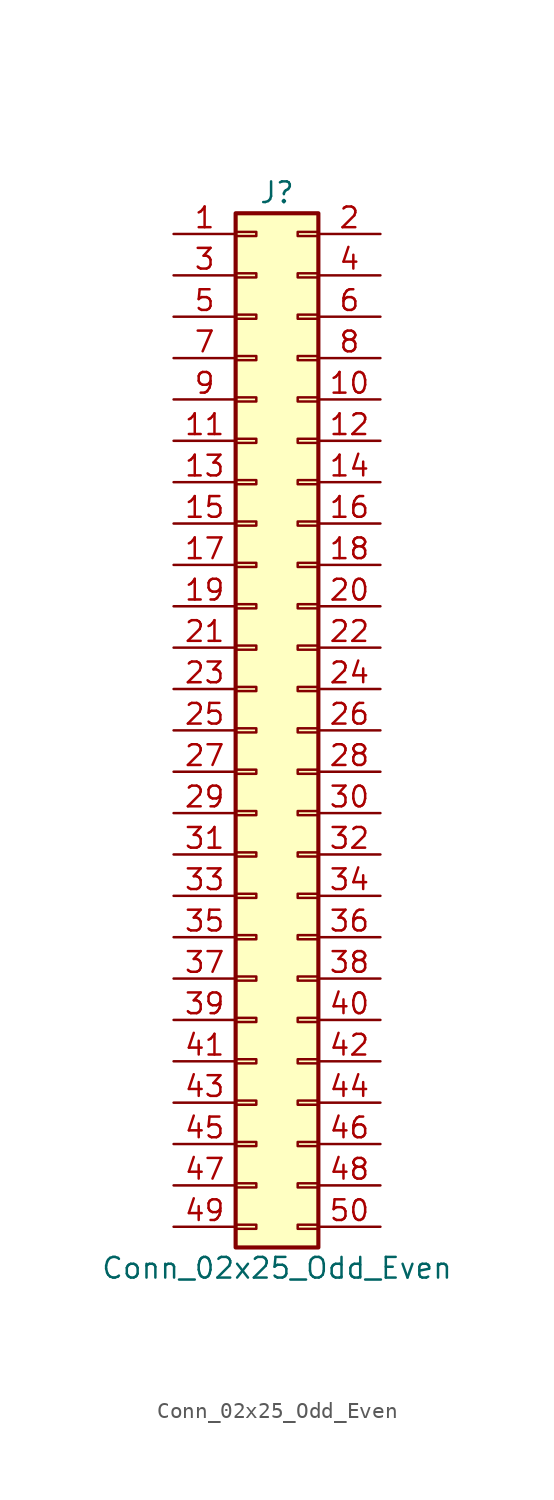
<source format=kicad_sym>
(kicad_symbol_lib
  (version 20211014)
  (generator kicad_symbol_editor)
  (symbol "Conn_02x25_Odd_Even"
    (pin_names
      (offset 1.016) hide)
    (property "Reference" "J"
      (at 1.27 33.02 0)
      (effects (font (size 1.27 1.27))))
    (property "Value" "Conn_02x25_Odd_Even"
      (at 1.27 -33.02 0)
      (effects (font (size 1.27 1.27))))
    (symbol "Conn_02x25_Odd_Even_1_1"
      (rectangle (start -1.27 -30.353) (end 0 -30.607) (stroke (width 0.152) (type default) (color 0 0 0 0)) (fill (type none)))
      (rectangle (start -1.27 -27.813) (end 0 -28.067) (stroke (width 0.152) (type default) (color 0 0 0 0)) (fill (type none)))
      (rectangle (start -1.27 -25.273) (end 0 -25.527) (stroke (width 0.152) (type default) (color 0 0 0 0)) (fill (type none)))
      (rectangle (start -1.27 -22.733) (end 0 -22.987) (stroke (width 0.152) (type default) (color 0 0 0 0)) (fill (type none)))
      (rectangle (start -1.27 -20.193) (end 0 -20.447) (stroke (width 0.152) (type default) (color 0 0 0 0)) (fill (type none)))
      (rectangle (start -1.27 -17.653) (end 0 -17.907) (stroke (width 0.152) (type default) (color 0 0 0 0)) (fill (type none)))
      (rectangle (start -1.27 -15.113) (end 0 -15.367) (stroke (width 0.152) (type default) (color 0 0 0 0)) (fill (type none)))
      (rectangle (start -1.27 -12.573) (end 0 -12.827) (stroke (width 0.152) (type default) (color 0 0 0 0)) (fill (type none)))
      (rectangle (start -1.27 -10.033) (end 0 -10.287) (stroke (width 0.152) (type default) (color 0 0 0 0)) (fill (type none)))
      (rectangle (start -1.27 -7.493) (end 0 -7.747) (stroke (width 0.152) (type default) (color 0 0 0 0)) (fill (type none)))
      (rectangle (start -1.27 -4.953) (end 0 -5.207) (stroke (width 0.152) (type default) (color 0 0 0 0)) (fill (type none)))
      (rectangle (start -1.27 -2.413) (end 0 -2.667) (stroke (width 0.152) (type default) (color 0 0 0 0)) (fill (type none)))
      (rectangle (start -1.27 0.127) (end 0 -0.127) (stroke (width 0.152) (type default) (color 0 0 0 0)) (fill (type none)))
      (rectangle (start -1.27 2.667) (end 0 2.413) (stroke (width 0.152) (type default) (color 0 0 0 0)) (fill (type none)))
      (rectangle (start -1.27 5.207) (end 0 4.953) (stroke (width 0.152) (type default) (color 0 0 0 0)) (fill (type none)))
      (rectangle (start -1.27 7.747) (end 0 7.493) (stroke (width 0.152) (type default) (color 0 0 0 0)) (fill (type none)))
      (rectangle (start -1.27 10.287) (end 0 10.033) (stroke (width 0.152) (type default) (color 0 0 0 0)) (fill (type none)))
      (rectangle (start -1.27 12.827) (end 0 12.573) (stroke (width 0.152) (type default) (color 0 0 0 0)) (fill (type none)))
      (rectangle (start -1.27 15.367) (end 0 15.113) (stroke (width 0.152) (type default) (color 0 0 0 0)) (fill (type none)))
      (rectangle (start -1.27 17.907) (end 0 17.653) (stroke (width 0.152) (type default) (color 0 0 0 0)) (fill (type none)))
      (rectangle (start -1.27 20.447) (end 0 20.193) (stroke (width 0.152) (type default) (color 0 0 0 0)) (fill (type none)))
      (rectangle (start -1.27 22.987) (end 0 22.733) (stroke (width 0.152) (type default) (color 0 0 0 0)) (fill (type none)))
      (rectangle (start -1.27 25.527) (end 0 25.273) (stroke (width 0.152) (type default) (color 0 0 0 0)) (fill (type none)))
      (rectangle (start -1.27 28.067) (end 0 27.813) (stroke (width 0.152) (type default) (color 0 0 0 0)) (fill (type none)))
      (rectangle (start -1.27 30.607) (end 0 30.353) (stroke (width 0.152) (type default) (color 0 0 0 0)) (fill (type none)))
      (rectangle (start -1.27 31.75) (end 3.81 -31.75) (stroke (width 0.254) (type default) (color 0 0 0 0)) (fill (type background)))
      (rectangle (start 3.81 -30.353) (end 2.54 -30.607) (stroke (width 0.152) (type default) (color 0 0 0 0)) (fill (type none)))
      (rectangle (start 3.81 -27.813) (end 2.54 -28.067) (stroke (width 0.152) (type default) (color 0 0 0 0)) (fill (type none)))
      (rectangle (start 3.81 -25.273) (end 2.54 -25.527) (stroke (width 0.152) (type default) (color 0 0 0 0)) (fill (type none)))
      (rectangle (start 3.81 -22.733) (end 2.54 -22.987) (stroke (width 0.152) (type default) (color 0 0 0 0)) (fill (type none)))
      (rectangle (start 3.81 -20.193) (end 2.54 -20.447) (stroke (width 0.152) (type default) (color 0 0 0 0)) (fill (type none)))
      (rectangle (start 3.81 -17.653) (end 2.54 -17.907) (stroke (width 0.152) (type default) (color 0 0 0 0)) (fill (type none)))
      (rectangle (start 3.81 -15.113) (end 2.54 -15.367) (stroke (width 0.152) (type default) (color 0 0 0 0)) (fill (type none)))
      (rectangle (start 3.81 -12.573) (end 2.54 -12.827) (stroke (width 0.152) (type default) (color 0 0 0 0)) (fill (type none)))
      (rectangle (start 3.81 -10.033) (end 2.54 -10.287) (stroke (width 0.152) (type default) (color 0 0 0 0)) (fill (type none)))
      (rectangle (start 3.81 -7.493) (end 2.54 -7.747) (stroke (width 0.152) (type default) (color 0 0 0 0)) (fill (type none)))
      (rectangle (start 3.81 -4.953) (end 2.54 -5.207) (stroke (width 0.152) (type default) (color 0 0 0 0)) (fill (type none)))
      (rectangle (start 3.81 -2.413) (end 2.54 -2.667) (stroke (width 0.152) (type default) (color 0 0 0 0)) (fill (type none)))
      (rectangle (start 3.81 0.127) (end 2.54 -0.127) (stroke (width 0.152) (type default) (color 0 0 0 0)) (fill (type none)))
      (rectangle (start 3.81 2.667) (end 2.54 2.413) (stroke (width 0.152) (type default) (color 0 0 0 0)) (fill (type none)))
      (rectangle (start 3.81 5.207) (end 2.54 4.953) (stroke (width 0.152) (type default) (color 0 0 0 0)) (fill (type none)))
      (rectangle (start 3.81 7.747) (end 2.54 7.493) (stroke (width 0.152) (type default) (color 0 0 0 0)) (fill (type none)))
      (rectangle (start 3.81 10.287) (end 2.54 10.033) (stroke (width 0.152) (type default) (color 0 0 0 0)) (fill (type none)))
      (rectangle (start 3.81 12.827) (end 2.54 12.573) (stroke (width 0.152) (type default) (color 0 0 0 0)) (fill (type none)))
      (rectangle (start 3.81 15.367) (end 2.54 15.113) (stroke (width 0.152) (type default) (color 0 0 0 0)) (fill (type none)))
      (rectangle (start 3.81 17.907) (end 2.54 17.653) (stroke (width 0.152) (type default) (color 0 0 0 0)) (fill (type none)))
      (rectangle (start 3.81 20.447) (end 2.54 20.193) (stroke (width 0.152) (type default) (color 0 0 0 0)) (fill (type none)))
      (rectangle (start 3.81 22.987) (end 2.54 22.733) (stroke (width 0.152) (type default) (color 0 0 0 0)) (fill (type none)))
      (rectangle (start 3.81 25.527) (end 2.54 25.273) (stroke (width 0.152) (type default) (color 0 0 0 0)) (fill (type none)))
      (rectangle (start 3.81 28.067) (end 2.54 27.813) (stroke (width 0.152) (type default) (color 0 0 0 0)) (fill (type none)))
      (rectangle (start 3.81 30.607) (end 2.54 30.353) (stroke (width 0.152) (type default) (color 0 0 0 0)) (fill (type none)))
      (pin passive line (at -5.08 30.48 0) (length 3.81) (name "Pin_1" (effects (font (size 1.27 1.27)))) (number "1" (effects (font (size 1.27 1.27)))))
      (pin passive line (at 7.62 20.32 180) (length 3.81) (name "Pin_10" (effects (font (size 1.27 1.27)))) (number "10" (effects (font (size 1.27 1.27)))))
      (pin passive line (at -5.08 17.78 0) (length 3.81) (name "Pin_11" (effects (font (size 1.27 1.27)))) (number "11" (effects (font (size 1.27 1.27)))))
      (pin passive line (at 7.62 17.78 180) (length 3.81) (name "Pin_12" (effects (font (size 1.27 1.27)))) (number "12" (effects (font (size 1.27 1.27)))))
      (pin passive line (at -5.08 15.24 0) (length 3.81) (name "Pin_13" (effects (font (size 1.27 1.27)))) (number "13" (effects (font (size 1.27 1.27)))))
      (pin passive line (at 7.62 15.24 180) (length 3.81) (name "Pin_14" (effects (font (size 1.27 1.27)))) (number "14" (effects (font (size 1.27 1.27)))))
      (pin passive line (at -5.08 12.7 0) (length 3.81) (name "Pin_15" (effects (font (size 1.27 1.27)))) (number "15" (effects (font (size 1.27 1.27)))))
      (pin passive line (at 7.62 12.7 180) (length 3.81) (name "Pin_16" (effects (font (size 1.27 1.27)))) (number "16" (effects (font (size 1.27 1.27)))))
      (pin passive line (at -5.08 10.16 0) (length 3.81) (name "Pin_17" (effects (font (size 1.27 1.27)))) (number "17" (effects (font (size 1.27 1.27)))))
      (pin passive line (at 7.62 10.16 180) (length 3.81) (name "Pin_18" (effects (font (size 1.27 1.27)))) (number "18" (effects (font (size 1.27 1.27)))))
      (pin passive line (at -5.08 7.62 0) (length 3.81) (name "Pin_19" (effects (font (size 1.27 1.27)))) (number "19" (effects (font (size 1.27 1.27)))))
      (pin passive line (at 7.62 30.48 180) (length 3.81) (name "Pin_2" (effects (font (size 1.27 1.27)))) (number "2" (effects (font (size 1.27 1.27)))))
      (pin passive line (at 7.62 7.62 180) (length 3.81) (name "Pin_20" (effects (font (size 1.27 1.27)))) (number "20" (effects (font (size 1.27 1.27)))))
      (pin passive line (at -5.08 5.08 0) (length 3.81) (name "Pin_21" (effects (font (size 1.27 1.27)))) (number "21" (effects (font (size 1.27 1.27)))))
      (pin passive line (at 7.62 5.08 180) (length 3.81) (name "Pin_22" (effects (font (size 1.27 1.27)))) (number "22" (effects (font (size 1.27 1.27)))))
      (pin passive line (at -5.08 2.54 0) (length 3.81) (name "Pin_23" (effects (font (size 1.27 1.27)))) (number "23" (effects (font (size 1.27 1.27)))))
      (pin passive line (at 7.62 2.54 180) (length 3.81) (name "Pin_24" (effects (font (size 1.27 1.27)))) (number "24" (effects (font (size 1.27 1.27)))))
      (pin passive line (at -5.08 0 0) (length 3.81) (name "Pin_25" (effects (font (size 1.27 1.27)))) (number "25" (effects (font (size 1.27 1.27)))))
      (pin passive line (at 7.62 0 180) (length 3.81) (name "Pin_26" (effects (font (size 1.27 1.27)))) (number "26" (effects (font (size 1.27 1.27)))))
      (pin passive line (at -5.08 -2.54 0) (length 3.81) (name "Pin_27" (effects (font (size 1.27 1.27)))) (number "27" (effects (font (size 1.27 1.27)))))
      (pin passive line (at 7.62 -2.54 180) (length 3.81) (name "Pin_28" (effects (font (size 1.27 1.27)))) (number "28" (effects (font (size 1.27 1.27)))))
      (pin passive line (at -5.08 -5.08 0) (length 3.81) (name "Pin_29" (effects (font (size 1.27 1.27)))) (number "29" (effects (font (size 1.27 1.27)))))
      (pin passive line (at -5.08 27.94 0) (length 3.81) (name "Pin_3" (effects (font (size 1.27 1.27)))) (number "3" (effects (font (size 1.27 1.27)))))
      (pin passive line (at 7.62 -5.08 180) (length 3.81) (name "Pin_30" (effects (font (size 1.27 1.27)))) (number "30" (effects (font (size 1.27 1.27)))))
      (pin passive line (at -5.08 -7.62 0) (length 3.81) (name "Pin_31" (effects (font (size 1.27 1.27)))) (number "31" (effects (font (size 1.27 1.27)))))
      (pin passive line (at 7.62 -7.62 180) (length 3.81) (name "Pin_32" (effects (font (size 1.27 1.27)))) (number "32" (effects (font (size 1.27 1.27)))))
      (pin passive line (at -5.08 -10.16 0) (length 3.81) (name "Pin_33" (effects (font (size 1.27 1.27)))) (number "33" (effects (font (size 1.27 1.27)))))
      (pin passive line (at 7.62 -10.16 180) (length 3.81) (name "Pin_34" (effects (font (size 1.27 1.27)))) (number "34" (effects (font (size 1.27 1.27)))))
      (pin passive line (at -5.08 -12.7 0) (length 3.81) (name "Pin_35" (effects (font (size 1.27 1.27)))) (number "35" (effects (font (size 1.27 1.27)))))
      (pin passive line (at 7.62 -12.7 180) (length 3.81) (name "Pin_36" (effects (font (size 1.27 1.27)))) (number "36" (effects (font (size 1.27 1.27)))))
      (pin passive line (at -5.08 -15.24 0) (length 3.81) (name "Pin_37" (effects (font (size 1.27 1.27)))) (number "37" (effects (font (size 1.27 1.27)))))
      (pin passive line (at 7.62 -15.24 180) (length 3.81) (name "Pin_38" (effects (font (size 1.27 1.27)))) (number "38" (effects (font (size 1.27 1.27)))))
      (pin passive line (at -5.08 -17.78 0) (length 3.81) (name "Pin_39" (effects (font (size 1.27 1.27)))) (number "39" (effects (font (size 1.27 1.27)))))
      (pin passive line (at 7.62 27.94 180) (length 3.81) (name "Pin_4" (effects (font (size 1.27 1.27)))) (number "4" (effects (font (size 1.27 1.27)))))
      (pin passive line (at 7.62 -17.78 180) (length 3.81) (name "Pin_40" (effects (font (size 1.27 1.27)))) (number "40" (effects (font (size 1.27 1.27)))))
      (pin passive line (at -5.08 -20.32 0) (length 3.81) (name "Pin_41" (effects (font (size 1.27 1.27)))) (number "41" (effects (font (size 1.27 1.27)))))
      (pin passive line (at 7.62 -20.32 180) (length 3.81) (name "Pin_42" (effects (font (size 1.27 1.27)))) (number "42" (effects (font (size 1.27 1.27)))))
      (pin passive line (at -5.08 -22.86 0) (length 3.81) (name "Pin_43" (effects (font (size 1.27 1.27)))) (number "43" (effects (font (size 1.27 1.27)))))
      (pin passive line (at 7.62 -22.86 180) (length 3.81) (name "Pin_44" (effects (font (size 1.27 1.27)))) (number "44" (effects (font (size 1.27 1.27)))))
      (pin passive line (at -5.08 -25.4 0) (length 3.81) (name "Pin_45" (effects (font (size 1.27 1.27)))) (number "45" (effects (font (size 1.27 1.27)))))
      (pin passive line (at 7.62 -25.4 180) (length 3.81) (name "Pin_46" (effects (font (size 1.27 1.27)))) (number "46" (effects (font (size 1.27 1.27)))))
      (pin passive line (at -5.08 -27.94 0) (length 3.81) (name "Pin_47" (effects (font (size 1.27 1.27)))) (number "47" (effects (font (size 1.27 1.27)))))
      (pin passive line (at 7.62 -27.94 180) (length 3.81) (name "Pin_48" (effects (font (size 1.27 1.27)))) (number "48" (effects (font (size 1.27 1.27)))))
      (pin passive line (at -5.08 -30.48 0) (length 3.81) (name "Pin_49" (effects (font (size 1.27 1.27)))) (number "49" (effects (font (size 1.27 1.27)))))
      (pin passive line (at -5.08 25.4 0) (length 3.81) (name "Pin_5" (effects (font (size 1.27 1.27)))) (number "5" (effects (font (size 1.27 1.27)))))
      (pin passive line (at 7.62 -30.48 180) (length 3.81) (name "Pin_50" (effects (font (size 1.27 1.27)))) (number "50" (effects (font (size 1.27 1.27)))))
      (pin passive line (at 7.62 25.4 180) (length 3.81) (name "Pin_6" (effects (font (size 1.27 1.27)))) (number "6" (effects (font (size 1.27 1.27)))))
      (pin passive line (at -5.08 22.86 0) (length 3.81) (name "Pin_7" (effects (font (size 1.27 1.27)))) (number "7" (effects (font (size 1.27 1.27)))))
      (pin passive line (at 7.62 22.86 180) (length 3.81) (name "Pin_8" (effects (font (size 1.27 1.27)))) (number "8" (effects (font (size 1.27 1.27)))))
      (pin passive line (at -5.08 20.32 0) (length 3.81) (name "Pin_9" (effects (font (size 1.27 1.27)))) (number "9" (effects (font (size 1.27 1.27))))))))
</source>
